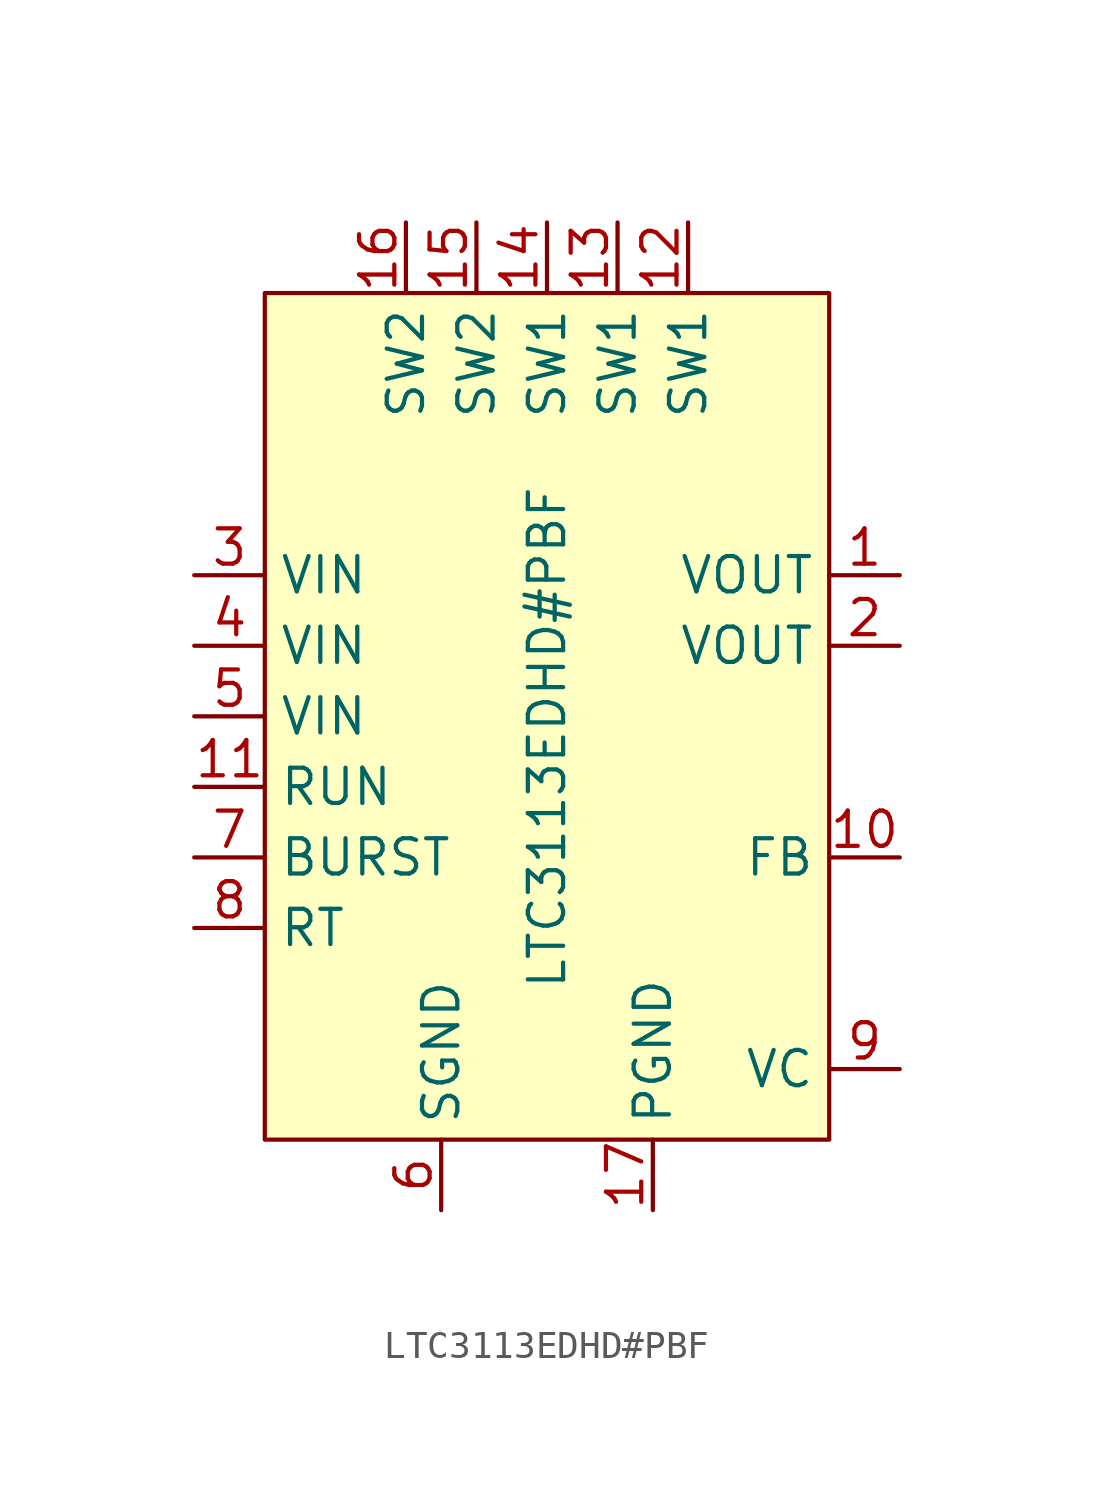
<source format=kicad_sym>
(kicad_symbol_lib
  (version 20241209)
  (generator "kicad_symbol_editor")
  (generator_version "9.0")
  (symbol "LTC3113EDHD#PBF"
    (property "Reference" "U"
      (at 0 -5.08 0)
      (effects (font (size 1.27 1.27)) (hide yes)))
    (property "Value" "LTC3113EDHD#PBF"
      (at 0 -2.032 90)
      (effects (font (size 1.27 1.27))))
    (symbol "LTC3113EDHD#PBF_1_1"
      (rectangle (start -10.16 13.97) (end 10.16 -16.51) (stroke (width 0) (type solid)) (fill (type background)))
      (pin power_in line (at -12.7 3.81 0) (length 2.54) (name "VIN" (effects (font (size 1.27 1.27)))) (number "3" (effects (font (size 1.27 1.27)))))
      (pin power_in line (at -12.7 1.27 0) (length 2.54) (name "VIN" (effects (font (size 1.27 1.27)))) (number "4" (effects (font (size 1.27 1.27)))))
      (pin power_in line (at -12.7 -1.27 0) (length 2.54) (name "VIN" (effects (font (size 1.27 1.27)))) (number "5" (effects (font (size 1.27 1.27)))))
      (pin input line (at -12.7 -3.81 0) (length 2.54) (name "RUN" (effects (font (size 1.27 1.27)))) (number "11" (effects (font (size 1.27 1.27)))))
      (pin input line (at -12.7 -6.35 0) (length 2.54) (name "BURST" (effects (font (size 1.27 1.27)))) (number "7" (effects (font (size 1.27 1.27)))))
      (pin input line (at -12.7 -8.89 0) (length 2.54) (name "RT" (effects (font (size 1.27 1.27)))) (number "8" (effects (font (size 1.27 1.27)))))
      (pin input line (at -5.08 16.51 270) (length 2.54) (name "SW2" (effects (font (size 1.27 1.27)))) (number "16" (effects (font (size 1.27 1.27)))))
      (pin power_in line (at -3.81 -19.05 90) (length 2.54) (name "SGND" (effects (font (size 1.27 1.27)))) (number "6" (effects (font (size 1.27 1.27)))))
      (pin input line (at -2.54 16.51 270) (length 2.54) (name "SW2" (effects (font (size 1.27 1.27)))) (number "15" (effects (font (size 1.27 1.27)))))
      (pin input line (at 0 16.51 270) (length 2.54) (name "SW1" (effects (font (size 1.27 1.27)))) (number "14" (effects (font (size 1.27 1.27)))))
      (pin input line (at 2.54 16.51 270) (length 2.54) (name "SW1" (effects (font (size 1.27 1.27)))) (number "13" (effects (font (size 1.27 1.27)))))
      (pin power_in line (at 3.81 -19.05 90) (length 2.54) (name "PGND" (effects (font (size 1.27 1.27)))) (number "17" (effects (font (size 1.27 1.27)))))
      (pin input line (at 5.08 16.51 270) (length 2.54) (name "SW1" (effects (font (size 1.27 1.27)))) (number "12" (effects (font (size 1.27 1.27)))))
      (pin power_out line (at 12.7 3.81 180) (length 2.54) (name "VOUT" (effects (font (size 1.27 1.27)))) (number "1" (effects (font (size 1.27 1.27)))))
      (pin power_out line (at 12.7 1.27 180) (length 2.54) (name "VOUT" (effects (font (size 1.27 1.27)))) (number "2" (effects (font (size 1.27 1.27)))))
      (pin input line (at 12.7 -6.35 180) (length 2.54) (name "FB" (effects (font (size 1.27 1.27)))) (number "10" (effects (font (size 1.27 1.27)))))
      (pin input line (at 12.7 -13.97 180) (length 2.54) (name "VC" (effects (font (size 1.27 1.27)))) (number "9" (effects (font (size 1.27 1.27))))))))
</source>
